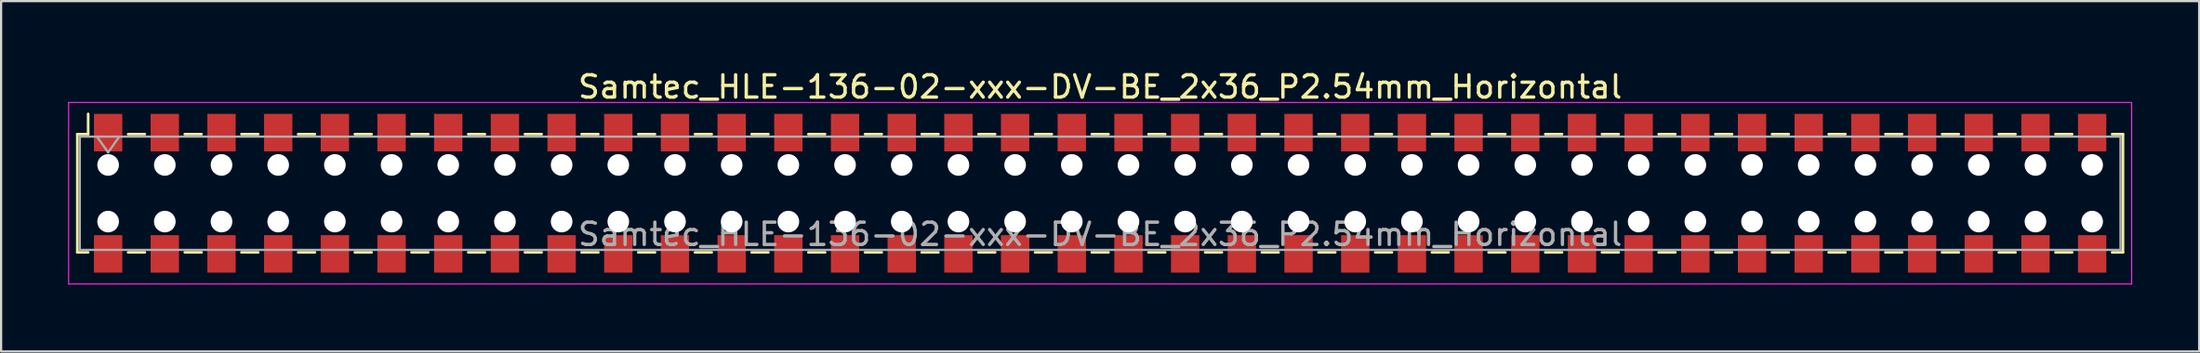
<source format=kicad_pcb>
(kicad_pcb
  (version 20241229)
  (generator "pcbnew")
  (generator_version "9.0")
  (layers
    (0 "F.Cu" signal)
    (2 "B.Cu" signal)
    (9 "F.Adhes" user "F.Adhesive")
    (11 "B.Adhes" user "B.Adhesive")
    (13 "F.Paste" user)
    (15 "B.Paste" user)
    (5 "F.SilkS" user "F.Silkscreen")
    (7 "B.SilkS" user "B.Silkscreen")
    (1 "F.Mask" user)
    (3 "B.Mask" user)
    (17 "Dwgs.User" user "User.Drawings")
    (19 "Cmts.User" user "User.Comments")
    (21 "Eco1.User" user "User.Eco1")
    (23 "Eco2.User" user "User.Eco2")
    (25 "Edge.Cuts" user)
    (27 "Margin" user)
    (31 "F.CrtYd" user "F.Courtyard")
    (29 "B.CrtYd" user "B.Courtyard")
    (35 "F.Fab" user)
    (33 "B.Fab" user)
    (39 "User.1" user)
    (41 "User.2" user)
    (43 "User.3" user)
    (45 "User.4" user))
  (footprint "Samtec_HLE-136-02-xxx-DV-BE_2x36_P2.54mm_Horizontal"
    (layer "F.Cu")
    (at 46.245 5.618)
    (property "Reference" "Samtec_HLE-136-02-xxx-DV-BE_2x36_P2.54mm_Horizontal" (at 0 -4.77 0) (layer "F.SilkS") (effects (font (size 1 1) (thickness 0.15))))
    (attr smd)
    (fp_line (start -45.83 -2.65) (end -45.83 2.65) (stroke (width 0.12) (type solid)) (layer "F.SilkS"))
    (fp_line (start -45.83 2.65) (end -45.345 2.65) (stroke (width 0.12) (type solid)) (layer "F.SilkS"))
    (fp_line (start -45.345 -3.56) (end -45.345 -2.65) (stroke (width 0.12) (type solid)) (layer "F.SilkS"))
    (fp_line (start -45.345 -2.65) (end -45.83 -2.65) (stroke (width 0.12) (type solid)) (layer "F.SilkS"))
    (fp_line (start -43.555 -2.65) (end -42.805 -2.65) (stroke (width 0.12) (type solid)) (layer "F.SilkS"))
    (fp_line (start -43.555 2.65) (end -42.805 2.65) (stroke (width 0.12) (type solid)) (layer "F.SilkS"))
    (fp_line (start -41.015 -2.65) (end -40.265 -2.65) (stroke (width 0.12) (type solid)) (layer "F.SilkS"))
    (fp_line (start -41.015 2.65) (end -40.265 2.65) (stroke (width 0.12) (type solid)) (layer "F.SilkS"))
    (fp_line (start -38.475 -2.65) (end -37.725 -2.65) (stroke (width 0.12) (type solid)) (layer "F.SilkS"))
    (fp_line (start -38.475 2.65) (end -37.725 2.65) (stroke (width 0.12) (type solid)) (layer "F.SilkS"))
    (fp_line (start -35.935 -2.65) (end -35.185 -2.65) (stroke (width 0.12) (type solid)) (layer "F.SilkS"))
    (fp_line (start -35.935 2.65) (end -35.185 2.65) (stroke (width 0.12) (type solid)) (layer "F.SilkS"))
    (fp_line (start -33.395 -2.65) (end -32.645 -2.65) (stroke (width 0.12) (type solid)) (layer "F.SilkS"))
    (fp_line (start -33.395 2.65) (end -32.645 2.65) (stroke (width 0.12) (type solid)) (layer "F.SilkS"))
    (fp_line (start -30.855 -2.65) (end -30.105 -2.65) (stroke (width 0.12) (type solid)) (layer "F.SilkS"))
    (fp_line (start -30.855 2.65) (end -30.105 2.65) (stroke (width 0.12) (type solid)) (layer "F.SilkS"))
    (fp_line (start -28.315 -2.65) (end -27.565 -2.65) (stroke (width 0.12) (type solid)) (layer "F.SilkS"))
    (fp_line (start -28.315 2.65) (end -27.565 2.65) (stroke (width 0.12) (type solid)) (layer "F.SilkS"))
    (fp_line (start -25.775 -2.65) (end -25.025 -2.65) (stroke (width 0.12) (type solid)) (layer "F.SilkS"))
    (fp_line (start -25.775 2.65) (end -25.025 2.65) (stroke (width 0.12) (type solid)) (layer "F.SilkS"))
    (fp_line (start -23.235 -2.65) (end -22.485 -2.65) (stroke (width 0.12) (type solid)) (layer "F.SilkS"))
    (fp_line (start -23.235 2.65) (end -22.485 2.65) (stroke (width 0.12) (type solid)) (layer "F.SilkS"))
    (fp_line (start -20.695 -2.65) (end -19.945 -2.65) (stroke (width 0.12) (type solid)) (layer "F.SilkS"))
    (fp_line (start -20.695 2.65) (end -19.945 2.65) (stroke (width 0.12) (type solid)) (layer "F.SilkS"))
    (fp_line (start -18.155 -2.65) (end -17.405 -2.65) (stroke (width 0.12) (type solid)) (layer "F.SilkS"))
    (fp_line (start -18.155 2.65) (end -17.405 2.65) (stroke (width 0.12) (type solid)) (layer "F.SilkS"))
    (fp_line (start -15.615 -2.65) (end -14.865 -2.65) (stroke (width 0.12) (type solid)) (layer "F.SilkS"))
    (fp_line (start -15.615 2.65) (end -14.865 2.65) (stroke (width 0.12) (type solid)) (layer "F.SilkS"))
    (fp_line (start -13.075 -2.65) (end -12.325 -2.65) (stroke (width 0.12) (type solid)) (layer "F.SilkS"))
    (fp_line (start -13.075 2.65) (end -12.325 2.65) (stroke (width 0.12) (type solid)) (layer "F.SilkS"))
    (fp_line (start -10.535 -2.65) (end -9.785 -2.65) (stroke (width 0.12) (type solid)) (layer "F.SilkS"))
    (fp_line (start -10.535 2.65) (end -9.785 2.65) (stroke (width 0.12) (type solid)) (layer "F.SilkS"))
    (fp_line (start -7.995 -2.65) (end -7.245 -2.65) (stroke (width 0.12) (type solid)) (layer "F.SilkS"))
    (fp_line (start -7.995 2.65) (end -7.245 2.65) (stroke (width 0.12) (type solid)) (layer "F.SilkS"))
    (fp_line (start -5.455 -2.65) (end -4.705 -2.65) (stroke (width 0.12) (type solid)) (layer "F.SilkS"))
    (fp_line (start -5.455 2.65) (end -4.705 2.65) (stroke (width 0.12) (type solid)) (layer "F.SilkS"))
    (fp_line (start -2.915 -2.65) (end -2.165 -2.65) (stroke (width 0.12) (type solid)) (layer "F.SilkS"))
    (fp_line (start -2.915 2.65) (end -2.165 2.65) (stroke (width 0.12) (type solid)) (layer "F.SilkS"))
    (fp_line (start -0.375 -2.65) (end 0.375 -2.65) (stroke (width 0.12) (type solid)) (layer "F.SilkS"))
    (fp_line (start -0.375 2.65) (end 0.375 2.65) (stroke (width 0.12) (type solid)) (layer "F.SilkS"))
    (fp_line (start 2.165 -2.65) (end 2.915 -2.65) (stroke (width 0.12) (type solid)) (layer "F.SilkS"))
    (fp_line (start 2.165 2.65) (end 2.915 2.65) (stroke (width 0.12) (type solid)) (layer "F.SilkS"))
    (fp_line (start 4.705 -2.65) (end 5.455 -2.65) (stroke (width 0.12) (type solid)) (layer "F.SilkS"))
    (fp_line (start 4.705 2.65) (end 5.455 2.65) (stroke (width 0.12) (type solid)) (layer "F.SilkS"))
    (fp_line (start 7.245 -2.65) (end 7.995 -2.65) (stroke (width 0.12) (type solid)) (layer "F.SilkS"))
    (fp_line (start 7.245 2.65) (end 7.995 2.65) (stroke (width 0.12) (type solid)) (layer "F.SilkS"))
    (fp_line (start 9.785 -2.65) (end 10.535 -2.65) (stroke (width 0.12) (type solid)) (layer "F.SilkS"))
    (fp_line (start 9.785 2.65) (end 10.535 2.65) (stroke (width 0.12) (type solid)) (layer "F.SilkS"))
    (fp_line (start 12.325 -2.65) (end 13.075 -2.65) (stroke (width 0.12) (type solid)) (layer "F.SilkS"))
    (fp_line (start 12.325 2.65) (end 13.075 2.65) (stroke (width 0.12) (type solid)) (layer "F.SilkS"))
    (fp_line (start 14.865 -2.65) (end 15.615 -2.65) (stroke (width 0.12) (type solid)) (layer "F.SilkS"))
    (fp_line (start 14.865 2.65) (end 15.615 2.65) (stroke (width 0.12) (type solid)) (layer "F.SilkS"))
    (fp_line (start 17.405 -2.65) (end 18.155 -2.65) (stroke (width 0.12) (type solid)) (layer "F.SilkS"))
    (fp_line (start 17.405 2.65) (end 18.155 2.65) (stroke (width 0.12) (type solid)) (layer "F.SilkS"))
    (fp_line (start 19.945 -2.65) (end 20.695 -2.65) (stroke (width 0.12) (type solid)) (layer "F.SilkS"))
    (fp_line (start 19.945 2.65) (end 20.695 2.65) (stroke (width 0.12) (type solid)) (layer "F.SilkS"))
    (fp_line (start 22.485 -2.65) (end 23.235 -2.65) (stroke (width 0.12) (type solid)) (layer "F.SilkS"))
    (fp_line (start 22.485 2.65) (end 23.235 2.65) (stroke (width 0.12) (type solid)) (layer "F.SilkS"))
    (fp_line (start 25.025 -2.65) (end 25.775 -2.65) (stroke (width 0.12) (type solid)) (layer "F.SilkS"))
    (fp_line (start 25.025 2.65) (end 25.775 2.65) (stroke (width 0.12) (type solid)) (layer "F.SilkS"))
    (fp_line (start 27.565 -2.65) (end 28.315 -2.65) (stroke (width 0.12) (type solid)) (layer "F.SilkS"))
    (fp_line (start 27.565 2.65) (end 28.315 2.65) (stroke (width 0.12) (type solid)) (layer "F.SilkS"))
    (fp_line (start 30.105 -2.65) (end 30.855 -2.65) (stroke (width 0.12) (type solid)) (layer "F.SilkS"))
    (fp_line (start 30.105 2.65) (end 30.855 2.65) (stroke (width 0.12) (type solid)) (layer "F.SilkS"))
    (fp_line (start 32.645 -2.65) (end 33.395 -2.65) (stroke (width 0.12) (type solid)) (layer "F.SilkS"))
    (fp_line (start 32.645 2.65) (end 33.395 2.65) (stroke (width 0.12) (type solid)) (layer "F.SilkS"))
    (fp_line (start 35.185 -2.65) (end 35.935 -2.65) (stroke (width 0.12) (type solid)) (layer "F.SilkS"))
    (fp_line (start 35.185 2.65) (end 35.935 2.65) (stroke (width 0.12) (type solid)) (layer "F.SilkS"))
    (fp_line (start 37.725 -2.65) (end 38.475 -2.65) (stroke (width 0.12) (type solid)) (layer "F.SilkS"))
    (fp_line (start 37.725 2.65) (end 38.475 2.65) (stroke (width 0.12) (type solid)) (layer "F.SilkS"))
    (fp_line (start 40.265 -2.65) (end 41.015 -2.65) (stroke (width 0.12) (type solid)) (layer "F.SilkS"))
    (fp_line (start 40.265 2.65) (end 41.015 2.65) (stroke (width 0.12) (type solid)) (layer "F.SilkS"))
    (fp_line (start 42.805 -2.65) (end 43.555 -2.65) (stroke (width 0.12) (type solid)) (layer "F.SilkS"))
    (fp_line (start 42.805 2.65) (end 43.555 2.65) (stroke (width 0.12) (type solid)) (layer "F.SilkS"))
    (fp_line (start 45.345 -2.65) (end 45.83 -2.65) (stroke (width 0.12) (type solid)) (layer "F.SilkS"))
    (fp_line (start 45.83 -2.65) (end 45.83 2.65) (stroke (width 0.12) (type solid)) (layer "F.SilkS"))
    (fp_line (start 45.83 2.65) (end 45.345 2.65) (stroke (width 0.12) (type solid)) (layer "F.SilkS"))
    (fp_line (start -46.22 -4.07) (end 46.22 -4.07) (stroke (width 0.05) (type solid)) (layer "F.CrtYd"))
    (fp_line (start -46.22 4.07) (end -46.22 -4.07) (stroke (width 0.05) (type solid)) (layer "F.CrtYd"))
    (fp_line (start 46.22 -4.07) (end 46.22 4.07) (stroke (width 0.05) (type solid)) (layer "F.CrtYd"))
    (fp_line (start 46.22 4.07) (end -46.22 4.07) (stroke (width 0.05) (type solid)) (layer "F.CrtYd"))
    (fp_line (start -45.72 -2.54) (end 45.72 -2.54) (stroke (width 0.1) (type solid)) (layer "F.Fab"))
    (fp_line (start -45.72 2.54) (end -45.72 -2.54) (stroke (width 0.1) (type solid)) (layer "F.Fab"))
    (fp_line (start -44.95 -2.54) (end -44.45 -1.833) (stroke (width 0.1) (type solid)) (layer "F.Fab"))
    (fp_line (start -44.45 -1.833) (end -43.95 -2.54) (stroke (width 0.1) (type solid)) (layer "F.Fab"))
    (fp_line (start 45.72 -2.54) (end 45.72 2.54) (stroke (width 0.1) (type solid)) (layer "F.Fab"))
    (fp_line (start 45.72 2.54) (end -45.72 2.54) (stroke (width 0.1) (type solid)) (layer "F.Fab"))
    (fp_text user "${REFERENCE}" (at 0 1.84 0) (layer "F.Fab") (effects (font (size 1 1) (thickness 0.15))))
    (pad "" np_thru_hole circle (at -44.45 -1.27) (size 0.97 0.97) (drill 0.97) (layers "*.Cu" "*.Mask"))
    (pad "" np_thru_hole circle (at -44.45 1.27) (size 0.97 0.97) (drill 0.97) (layers "*.Cu" "*.Mask"))
    (pad "" np_thru_hole circle (at -41.91 -1.27) (size 0.97 0.97) (drill 0.97) (layers "*.Cu" "*.Mask"))
    (pad "" np_thru_hole circle (at -41.91 1.27) (size 0.97 0.97) (drill 0.97) (layers "*.Cu" "*.Mask"))
    (pad "" np_thru_hole circle (at -39.37 -1.27) (size 0.97 0.97) (drill 0.97) (layers "*.Cu" "*.Mask"))
    (pad "" np_thru_hole circle (at -39.37 1.27) (size 0.97 0.97) (drill 0.97) (layers "*.Cu" "*.Mask"))
    (pad "" np_thru_hole circle (at -36.83 -1.27) (size 0.97 0.97) (drill 0.97) (layers "*.Cu" "*.Mask"))
    (pad "" np_thru_hole circle (at -36.83 1.27) (size 0.97 0.97) (drill 0.97) (layers "*.Cu" "*.Mask"))
    (pad "" np_thru_hole circle (at -34.29 -1.27) (size 0.97 0.97) (drill 0.97) (layers "*.Cu" "*.Mask"))
    (pad "" np_thru_hole circle (at -34.29 1.27) (size 0.97 0.97) (drill 0.97) (layers "*.Cu" "*.Mask"))
    (pad "" np_thru_hole circle (at -31.75 -1.27) (size 0.97 0.97) (drill 0.97) (layers "*.Cu" "*.Mask"))
    (pad "" np_thru_hole circle (at -31.75 1.27) (size 0.97 0.97) (drill 0.97) (layers "*.Cu" "*.Mask"))
    (pad "" np_thru_hole circle (at -29.21 -1.27) (size 0.97 0.97) (drill 0.97) (layers "*.Cu" "*.Mask"))
    (pad "" np_thru_hole circle (at -29.21 1.27) (size 0.97 0.97) (drill 0.97) (layers "*.Cu" "*.Mask"))
    (pad "" np_thru_hole circle (at -26.67 -1.27) (size 0.97 0.97) (drill 0.97) (layers "*.Cu" "*.Mask"))
    (pad "" np_thru_hole circle (at -26.67 1.27) (size 0.97 0.97) (drill 0.97) (layers "*.Cu" "*.Mask"))
    (pad "" np_thru_hole circle (at -24.13 -1.27) (size 0.97 0.97) (drill 0.97) (layers "*.Cu" "*.Mask"))
    (pad "" np_thru_hole circle (at -24.13 1.27) (size 0.97 0.97) (drill 0.97) (layers "*.Cu" "*.Mask"))
    (pad "" np_thru_hole circle (at -21.59 -1.27) (size 0.97 0.97) (drill 0.97) (layers "*.Cu" "*.Mask"))
    (pad "" np_thru_hole circle (at -21.59 1.27) (size 0.97 0.97) (drill 0.97) (layers "*.Cu" "*.Mask"))
    (pad "" np_thru_hole circle (at -19.05 -1.27) (size 0.97 0.97) (drill 0.97) (layers "*.Cu" "*.Mask"))
    (pad "" np_thru_hole circle (at -19.05 1.27) (size 0.97 0.97) (drill 0.97) (layers "*.Cu" "*.Mask"))
    (pad "" np_thru_hole circle (at -16.51 -1.27) (size 0.97 0.97) (drill 0.97) (layers "*.Cu" "*.Mask"))
    (pad "" np_thru_hole circle (at -16.51 1.27) (size 0.97 0.97) (drill 0.97) (layers "*.Cu" "*.Mask"))
    (pad "" np_thru_hole circle (at -13.97 -1.27) (size 0.97 0.97) (drill 0.97) (layers "*.Cu" "*.Mask"))
    (pad "" np_thru_hole circle (at -13.97 1.27) (size 0.97 0.97) (drill 0.97) (layers "*.Cu" "*.Mask"))
    (pad "" np_thru_hole circle (at -11.43 -1.27) (size 0.97 0.97) (drill 0.97) (layers "*.Cu" "*.Mask"))
    (pad "" np_thru_hole circle (at -11.43 1.27) (size 0.97 0.97) (drill 0.97) (layers "*.Cu" "*.Mask"))
    (pad "" np_thru_hole circle (at -8.89 -1.27) (size 0.97 0.97) (drill 0.97) (layers "*.Cu" "*.Mask"))
    (pad "" np_thru_hole circle (at -8.89 1.27) (size 0.97 0.97) (drill 0.97) (layers "*.Cu" "*.Mask"))
    (pad "" np_thru_hole circle (at -6.35 -1.27) (size 0.97 0.97) (drill 0.97) (layers "*.Cu" "*.Mask"))
    (pad "" np_thru_hole circle (at -6.35 1.27) (size 0.97 0.97) (drill 0.97) (layers "*.Cu" "*.Mask"))
    (pad "" np_thru_hole circle (at -3.81 -1.27) (size 0.97 0.97) (drill 0.97) (layers "*.Cu" "*.Mask"))
    (pad "" np_thru_hole circle (at -3.81 1.27) (size 0.97 0.97) (drill 0.97) (layers "*.Cu" "*.Mask"))
    (pad "" np_thru_hole circle (at -1.27 -1.27) (size 0.97 0.97) (drill 0.97) (layers "*.Cu" "*.Mask"))
    (pad "" np_thru_hole circle (at -1.27 1.27) (size 0.97 0.97) (drill 0.97) (layers "*.Cu" "*.Mask"))
    (pad "" np_thru_hole circle (at 1.27 -1.27) (size 0.97 0.97) (drill 0.97) (layers "*.Cu" "*.Mask"))
    (pad "" np_thru_hole circle (at 1.27 1.27) (size 0.97 0.97) (drill 0.97) (layers "*.Cu" "*.Mask"))
    (pad "" np_thru_hole circle (at 3.81 -1.27) (size 0.97 0.97) (drill 0.97) (layers "*.Cu" "*.Mask"))
    (pad "" np_thru_hole circle (at 3.81 1.27) (size 0.97 0.97) (drill 0.97) (layers "*.Cu" "*.Mask"))
    (pad "" np_thru_hole circle (at 6.35 -1.27) (size 0.97 0.97) (drill 0.97) (layers "*.Cu" "*.Mask"))
    (pad "" np_thru_hole circle (at 6.35 1.27) (size 0.97 0.97) (drill 0.97) (layers "*.Cu" "*.Mask"))
    (pad "" np_thru_hole circle (at 8.89 -1.27) (size 0.97 0.97) (drill 0.97) (layers "*.Cu" "*.Mask"))
    (pad "" np_thru_hole circle (at 8.89 1.27) (size 0.97 0.97) (drill 0.97) (layers "*.Cu" "*.Mask"))
    (pad "" np_thru_hole circle (at 11.43 -1.27) (size 0.97 0.97) (drill 0.97) (layers "*.Cu" "*.Mask"))
    (pad "" np_thru_hole circle (at 11.43 1.27) (size 0.97 0.97) (drill 0.97) (layers "*.Cu" "*.Mask"))
    (pad "" np_thru_hole circle (at 13.97 -1.27) (size 0.97 0.97) (drill 0.97) (layers "*.Cu" "*.Mask"))
    (pad "" np_thru_hole circle (at 13.97 1.27) (size 0.97 0.97) (drill 0.97) (layers "*.Cu" "*.Mask"))
    (pad "" np_thru_hole circle (at 16.51 -1.27) (size 0.97 0.97) (drill 0.97) (layers "*.Cu" "*.Mask"))
    (pad "" np_thru_hole circle (at 16.51 1.27) (size 0.97 0.97) (drill 0.97) (layers "*.Cu" "*.Mask"))
    (pad "" np_thru_hole circle (at 19.05 -1.27) (size 0.97 0.97) (drill 0.97) (layers "*.Cu" "*.Mask"))
    (pad "" np_thru_hole circle (at 19.05 1.27) (size 0.97 0.97) (drill 0.97) (layers "*.Cu" "*.Mask"))
    (pad "" np_thru_hole circle (at 21.59 -1.27) (size 0.97 0.97) (drill 0.97) (layers "*.Cu" "*.Mask"))
    (pad "" np_thru_hole circle (at 21.59 1.27) (size 0.97 0.97) (drill 0.97) (layers "*.Cu" "*.Mask"))
    (pad "" np_thru_hole circle (at 24.13 -1.27) (size 0.97 0.97) (drill 0.97) (layers "*.Cu" "*.Mask"))
    (pad "" np_thru_hole circle (at 24.13 1.27) (size 0.97 0.97) (drill 0.97) (layers "*.Cu" "*.Mask"))
    (pad "" np_thru_hole circle (at 26.67 -1.27) (size 0.97 0.97) (drill 0.97) (layers "*.Cu" "*.Mask"))
    (pad "" np_thru_hole circle (at 26.67 1.27) (size 0.97 0.97) (drill 0.97) (layers "*.Cu" "*.Mask"))
    (pad "" np_thru_hole circle (at 29.21 -1.27) (size 0.97 0.97) (drill 0.97) (layers "*.Cu" "*.Mask"))
    (pad "" np_thru_hole circle (at 29.21 1.27) (size 0.97 0.97) (drill 0.97) (layers "*.Cu" "*.Mask"))
    (pad "" np_thru_hole circle (at 31.75 -1.27) (size 0.97 0.97) (drill 0.97) (layers "*.Cu" "*.Mask"))
    (pad "" np_thru_hole circle (at 31.75 1.27) (size 0.97 0.97) (drill 0.97) (layers "*.Cu" "*.Mask"))
    (pad "" np_thru_hole circle (at 34.29 -1.27) (size 0.97 0.97) (drill 0.97) (layers "*.Cu" "*.Mask"))
    (pad "" np_thru_hole circle (at 34.29 1.27) (size 0.97 0.97) (drill 0.97) (layers "*.Cu" "*.Mask"))
    (pad "" np_thru_hole circle (at 36.83 -1.27) (size 0.97 0.97) (drill 0.97) (layers "*.Cu" "*.Mask"))
    (pad "" np_thru_hole circle (at 36.83 1.27) (size 0.97 0.97) (drill 0.97) (layers "*.Cu" "*.Mask"))
    (pad "" np_thru_hole circle (at 39.37 -1.27) (size 0.97 0.97) (drill 0.97) (layers "*.Cu" "*.Mask"))
    (pad "" np_thru_hole circle (at 39.37 1.27) (size 0.97 0.97) (drill 0.97) (layers "*.Cu" "*.Mask"))
    (pad "" np_thru_hole circle (at 41.91 -1.27) (size 0.97 0.97) (drill 0.97) (layers "*.Cu" "*.Mask"))
    (pad "" np_thru_hole circle (at 41.91 1.27) (size 0.97 0.97) (drill 0.97) (layers "*.Cu" "*.Mask"))
    (pad "" np_thru_hole circle (at 44.45 -1.27) (size 0.97 0.97) (drill 0.97) (layers "*.Cu" "*.Mask"))
    (pad "" np_thru_hole circle (at 44.45 1.27) (size 0.97 0.97) (drill 0.97) (layers "*.Cu" "*.Mask"))
    (pad "1" smd rect (at -44.45 -2.72) (size 1.27 1.68) (layers "F.Cu" "F.Mask" "F.Paste"))
    (pad "2" smd rect (at -44.45 2.72) (size 1.27 1.68) (layers "F.Cu" "F.Mask" "F.Paste"))
    (pad "3" smd rect (at -41.91 -2.72) (size 1.27 1.68) (layers "F.Cu" "F.Mask" "F.Paste"))
    (pad "4" smd rect (at -41.91 2.72) (size 1.27 1.68) (layers "F.Cu" "F.Mask" "F.Paste"))
    (pad "5" smd rect (at -39.37 -2.72) (size 1.27 1.68) (layers "F.Cu" "F.Mask" "F.Paste"))
    (pad "6" smd rect (at -39.37 2.72) (size 1.27 1.68) (layers "F.Cu" "F.Mask" "F.Paste"))
    (pad "7" smd rect (at -36.83 -2.72) (size 1.27 1.68) (layers "F.Cu" "F.Mask" "F.Paste"))
    (pad "8" smd rect (at -36.83 2.72) (size 1.27 1.68) (layers "F.Cu" "F.Mask" "F.Paste"))
    (pad "9" smd rect (at -34.29 -2.72) (size 1.27 1.68) (layers "F.Cu" "F.Mask" "F.Paste"))
    (pad "10" smd rect (at -34.29 2.72) (size 1.27 1.68) (layers "F.Cu" "F.Mask" "F.Paste"))
    (pad "11" smd rect (at -31.75 -2.72) (size 1.27 1.68) (layers "F.Cu" "F.Mask" "F.Paste"))
    (pad "12" smd rect (at -31.75 2.72) (size 1.27 1.68) (layers "F.Cu" "F.Mask" "F.Paste"))
    (pad "13" smd rect (at -29.21 -2.72) (size 1.27 1.68) (layers "F.Cu" "F.Mask" "F.Paste"))
    (pad "14" smd rect (at -29.21 2.72) (size 1.27 1.68) (layers "F.Cu" "F.Mask" "F.Paste"))
    (pad "15" smd rect (at -26.67 -2.72) (size 1.27 1.68) (layers "F.Cu" "F.Mask" "F.Paste"))
    (pad "16" smd rect (at -26.67 2.72) (size 1.27 1.68) (layers "F.Cu" "F.Mask" "F.Paste"))
    (pad "17" smd rect (at -24.13 -2.72) (size 1.27 1.68) (layers "F.Cu" "F.Mask" "F.Paste"))
    (pad "18" smd rect (at -24.13 2.72) (size 1.27 1.68) (layers "F.Cu" "F.Mask" "F.Paste"))
    (pad "19" smd rect (at -21.59 -2.72) (size 1.27 1.68) (layers "F.Cu" "F.Mask" "F.Paste"))
    (pad "20" smd rect (at -21.59 2.72) (size 1.27 1.68) (layers "F.Cu" "F.Mask" "F.Paste"))
    (pad "21" smd rect (at -19.05 -2.72) (size 1.27 1.68) (layers "F.Cu" "F.Mask" "F.Paste"))
    (pad "22" smd rect (at -19.05 2.72) (size 1.27 1.68) (layers "F.Cu" "F.Mask" "F.Paste"))
    (pad "23" smd rect (at -16.51 -2.72) (size 1.27 1.68) (layers "F.Cu" "F.Mask" "F.Paste"))
    (pad "24" smd rect (at -16.51 2.72) (size 1.27 1.68) (layers "F.Cu" "F.Mask" "F.Paste"))
    (pad "25" smd rect (at -13.97 -2.72) (size 1.27 1.68) (layers "F.Cu" "F.Mask" "F.Paste"))
    (pad "26" smd rect (at -13.97 2.72) (size 1.27 1.68) (layers "F.Cu" "F.Mask" "F.Paste"))
    (pad "27" smd rect (at -11.43 -2.72) (size 1.27 1.68) (layers "F.Cu" "F.Mask" "F.Paste"))
    (pad "28" smd rect (at -11.43 2.72) (size 1.27 1.68) (layers "F.Cu" "F.Mask" "F.Paste"))
    (pad "29" smd rect (at -8.89 -2.72) (size 1.27 1.68) (layers "F.Cu" "F.Mask" "F.Paste"))
    (pad "30" smd rect (at -8.89 2.72) (size 1.27 1.68) (layers "F.Cu" "F.Mask" "F.Paste"))
    (pad "31" smd rect (at -6.35 -2.72) (size 1.27 1.68) (layers "F.Cu" "F.Mask" "F.Paste"))
    (pad "32" smd rect (at -6.35 2.72) (size 1.27 1.68) (layers "F.Cu" "F.Mask" "F.Paste"))
    (pad "33" smd rect (at -3.81 -2.72) (size 1.27 1.68) (layers "F.Cu" "F.Mask" "F.Paste"))
    (pad "34" smd rect (at -3.81 2.72) (size 1.27 1.68) (layers "F.Cu" "F.Mask" "F.Paste"))
    (pad "35" smd rect (at -1.27 -2.72) (size 1.27 1.68) (layers "F.Cu" "F.Mask" "F.Paste"))
    (pad "36" smd rect (at -1.27 2.72) (size 1.27 1.68) (layers "F.Cu" "F.Mask" "F.Paste"))
    (pad "37" smd rect (at 1.27 -2.72) (size 1.27 1.68) (layers "F.Cu" "F.Mask" "F.Paste"))
    (pad "38" smd rect (at 1.27 2.72) (size 1.27 1.68) (layers "F.Cu" "F.Mask" "F.Paste"))
    (pad "39" smd rect (at 3.81 -2.72) (size 1.27 1.68) (layers "F.Cu" "F.Mask" "F.Paste"))
    (pad "40" smd rect (at 3.81 2.72) (size 1.27 1.68) (layers "F.Cu" "F.Mask" "F.Paste"))
    (pad "41" smd rect (at 6.35 -2.72) (size 1.27 1.68) (layers "F.Cu" "F.Mask" "F.Paste"))
    (pad "42" smd rect (at 6.35 2.72) (size 1.27 1.68) (layers "F.Cu" "F.Mask" "F.Paste"))
    (pad "43" smd rect (at 8.89 -2.72) (size 1.27 1.68) (layers "F.Cu" "F.Mask" "F.Paste"))
    (pad "44" smd rect (at 8.89 2.72) (size 1.27 1.68) (layers "F.Cu" "F.Mask" "F.Paste"))
    (pad "45" smd rect (at 11.43 -2.72) (size 1.27 1.68) (layers "F.Cu" "F.Mask" "F.Paste"))
    (pad "46" smd rect (at 11.43 2.72) (size 1.27 1.68) (layers "F.Cu" "F.Mask" "F.Paste"))
    (pad "47" smd rect (at 13.97 -2.72) (size 1.27 1.68) (layers "F.Cu" "F.Mask" "F.Paste"))
    (pad "48" smd rect (at 13.97 2.72) (size 1.27 1.68) (layers "F.Cu" "F.Mask" "F.Paste"))
    (pad "49" smd rect (at 16.51 -2.72) (size 1.27 1.68) (layers "F.Cu" "F.Mask" "F.Paste"))
    (pad "50" smd rect (at 16.51 2.72) (size 1.27 1.68) (layers "F.Cu" "F.Mask" "F.Paste"))
    (pad "51" smd rect (at 19.05 -2.72) (size 1.27 1.68) (layers "F.Cu" "F.Mask" "F.Paste"))
    (pad "52" smd rect (at 19.05 2.72) (size 1.27 1.68) (layers "F.Cu" "F.Mask" "F.Paste"))
    (pad "53" smd rect (at 21.59 -2.72) (size 1.27 1.68) (layers "F.Cu" "F.Mask" "F.Paste"))
    (pad "54" smd rect (at 21.59 2.72) (size 1.27 1.68) (layers "F.Cu" "F.Mask" "F.Paste"))
    (pad "55" smd rect (at 24.13 -2.72) (size 1.27 1.68) (layers "F.Cu" "F.Mask" "F.Paste"))
    (pad "56" smd rect (at 24.13 2.72) (size 1.27 1.68) (layers "F.Cu" "F.Mask" "F.Paste"))
    (pad "57" smd rect (at 26.67 -2.72) (size 1.27 1.68) (layers "F.Cu" "F.Mask" "F.Paste"))
    (pad "58" smd rect (at 26.67 2.72) (size 1.27 1.68) (layers "F.Cu" "F.Mask" "F.Paste"))
    (pad "59" smd rect (at 29.21 -2.72) (size 1.27 1.68) (layers "F.Cu" "F.Mask" "F.Paste"))
    (pad "60" smd rect (at 29.21 2.72) (size 1.27 1.68) (layers "F.Cu" "F.Mask" "F.Paste"))
    (pad "61" smd rect (at 31.75 -2.72) (size 1.27 1.68) (layers "F.Cu" "F.Mask" "F.Paste"))
    (pad "62" smd rect (at 31.75 2.72) (size 1.27 1.68) (layers "F.Cu" "F.Mask" "F.Paste"))
    (pad "63" smd rect (at 34.29 -2.72) (size 1.27 1.68) (layers "F.Cu" "F.Mask" "F.Paste"))
    (pad "64" smd rect (at 34.29 2.72) (size 1.27 1.68) (layers "F.Cu" "F.Mask" "F.Paste"))
    (pad "65" smd rect (at 36.83 -2.72) (size 1.27 1.68) (layers "F.Cu" "F.Mask" "F.Paste"))
    (pad "66" smd rect (at 36.83 2.72) (size 1.27 1.68) (layers "F.Cu" "F.Mask" "F.Paste"))
    (pad "67" smd rect (at 39.37 -2.72) (size 1.27 1.68) (layers "F.Cu" "F.Mask" "F.Paste"))
    (pad "68" smd rect (at 39.37 2.72) (size 1.27 1.68) (layers "F.Cu" "F.Mask" "F.Paste"))
    (pad "69" smd rect (at 41.91 -2.72) (size 1.27 1.68) (layers "F.Cu" "F.Mask" "F.Paste"))
    (pad "70" smd rect (at 41.91 2.72) (size 1.27 1.68) (layers "F.Cu" "F.Mask" "F.Paste"))
    (pad "71" smd rect (at 44.45 -2.72) (size 1.27 1.68) (layers "F.Cu" "F.Mask" "F.Paste"))
    (pad "72" smd rect (at 44.45 2.72) (size 1.27 1.68) (layers "F.Cu" "F.Mask" "F.Paste")))
  (gr_rect
    (start -3 -3)
    (end 95.49 12.713)
    (stroke (width 0.1) (type default))
    (fill no)
    (layer "Edge.Cuts")))
</source>
